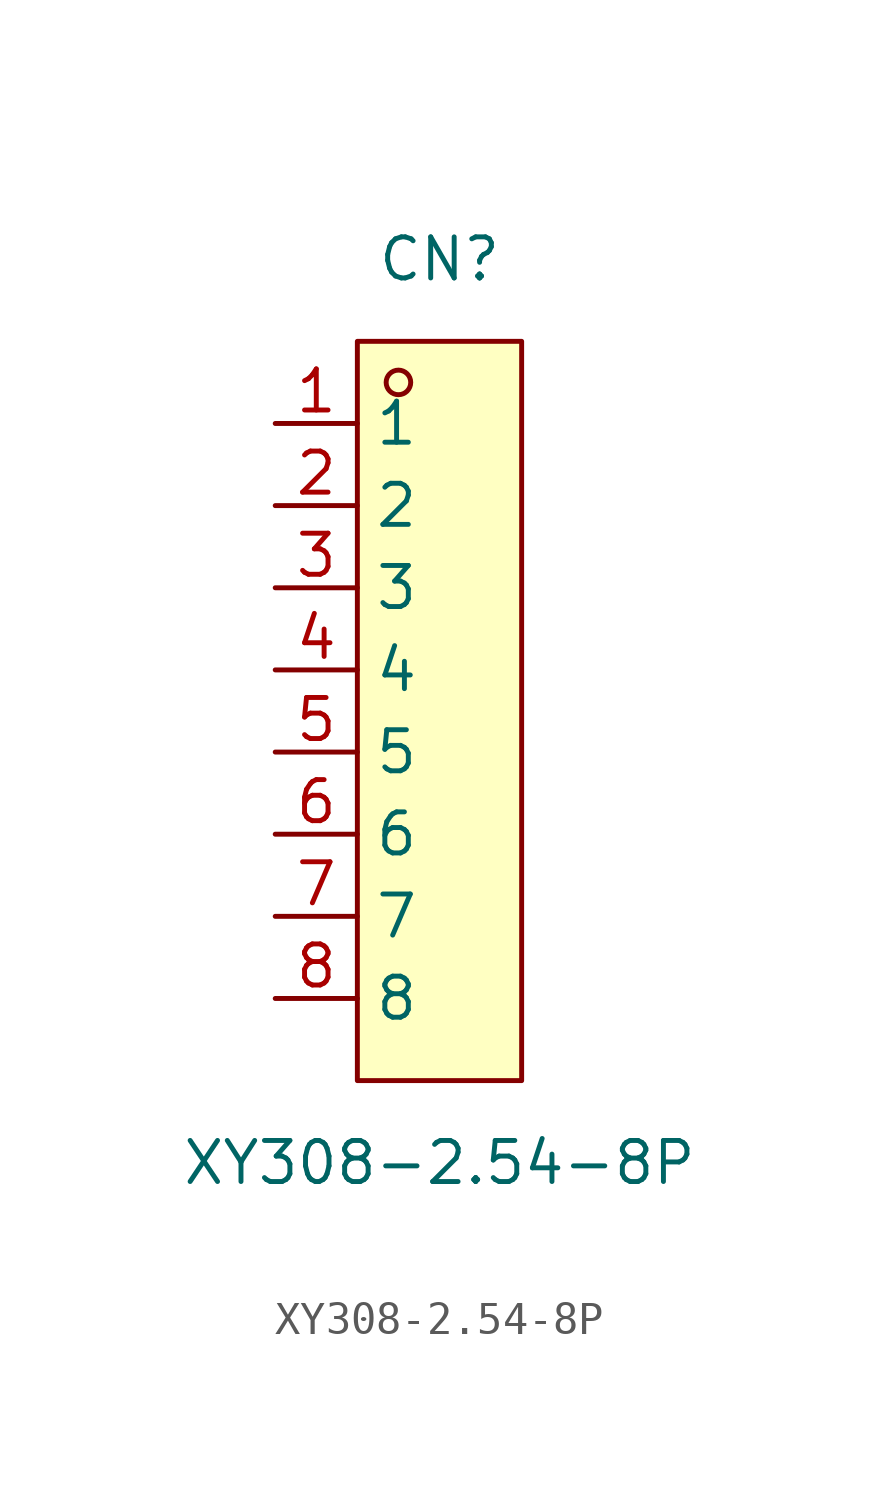
<source format=kicad_sym>
(kicad_symbol_lib
  (version 20211014)
  (generator https://github.com/uPesy/easyeda2kicad.py)
  (symbol "XY308-2.54-8P"
    (property "Reference" "CN"
      (at 0 13.97 0)
      (effects (font (size 1.27 1.27))))
    (property "Value" "XY308-2.54-8P"
      (at 0 -13.97 0)
      (effects (font (size 1.27 1.27))))
    (symbol "XY308-2.54-8P_0_1"
      (rectangle (start -2.54 11.43) (end 2.54 -11.43) (stroke (width 0) (type default) (color 0 0 0 0)) (fill (type background)))
      (circle (center -1.27 10.16) (radius 0.38) (stroke (width 0) (type default) (color 0 0 0 0)) (fill (type none)))
      (pin unspecified line (at -5.08 8.89 0) (length 2.54) (name "1" (effects (font (size 1.27 1.27)))) (number "1" (effects (font (size 1.27 1.27)))))
      (pin unspecified line (at -5.08 6.35 0) (length 2.54) (name "2" (effects (font (size 1.27 1.27)))) (number "2" (effects (font (size 1.27 1.27)))))
      (pin unspecified line (at -5.08 3.81 0) (length 2.54) (name "3" (effects (font (size 1.27 1.27)))) (number "3" (effects (font (size 1.27 1.27)))))
      (pin unspecified line (at -5.08 1.27 0) (length 2.54) (name "4" (effects (font (size 1.27 1.27)))) (number "4" (effects (font (size 1.27 1.27)))))
      (pin unspecified line (at -5.08 -1.27 0) (length 2.54) (name "5" (effects (font (size 1.27 1.27)))) (number "5" (effects (font (size 1.27 1.27)))))
      (pin unspecified line (at -5.08 -3.81 0) (length 2.54) (name "6" (effects (font (size 1.27 1.27)))) (number "6" (effects (font (size 1.27 1.27)))))
      (pin unspecified line (at -5.08 -6.35 0) (length 2.54) (name "7" (effects (font (size 1.27 1.27)))) (number "7" (effects (font (size 1.27 1.27)))))
      (pin unspecified line (at -5.08 -8.89 0) (length 2.54) (name "8" (effects (font (size 1.27 1.27)))) (number "8" (effects (font (size 1.27 1.27))))))))
</source>
